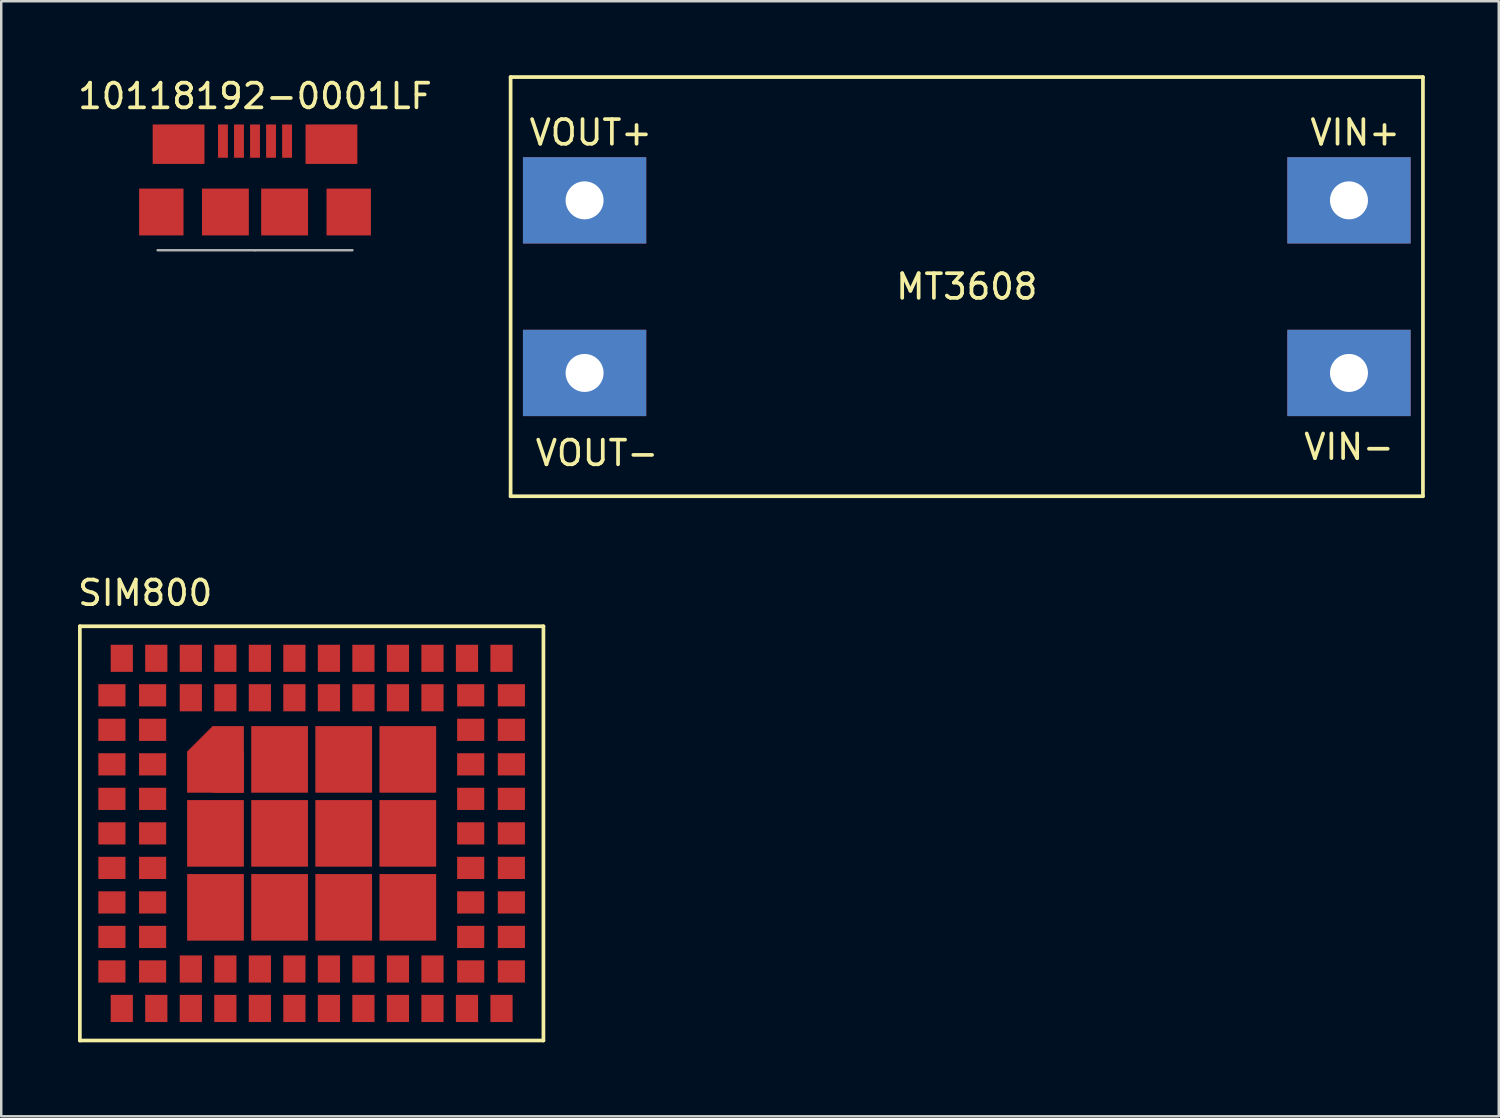
<source format=kicad_pcb>
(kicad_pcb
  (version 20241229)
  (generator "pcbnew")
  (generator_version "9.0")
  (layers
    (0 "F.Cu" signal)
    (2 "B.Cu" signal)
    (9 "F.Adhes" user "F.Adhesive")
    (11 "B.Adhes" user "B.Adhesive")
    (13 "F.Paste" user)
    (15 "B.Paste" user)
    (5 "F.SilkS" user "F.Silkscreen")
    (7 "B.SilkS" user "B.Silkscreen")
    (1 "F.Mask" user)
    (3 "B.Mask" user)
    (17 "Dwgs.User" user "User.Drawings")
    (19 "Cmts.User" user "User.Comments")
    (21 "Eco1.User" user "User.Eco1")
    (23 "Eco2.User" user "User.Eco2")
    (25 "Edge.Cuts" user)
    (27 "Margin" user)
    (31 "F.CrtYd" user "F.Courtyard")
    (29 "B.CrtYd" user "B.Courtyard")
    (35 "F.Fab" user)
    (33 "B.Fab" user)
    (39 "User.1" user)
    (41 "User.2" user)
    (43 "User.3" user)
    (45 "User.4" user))
  (footprint "SIM800"
    (layer "F.Cu")
    (at 9.589 30.748)
    (property "Reference" "SIM800" (at -6.75 -9.75 0) (layer "F.SilkS") (effects (font (size 1 1) (thickness 0.15))))
    (attr smd)
    (fp_line (start -9.4 -8.4) (end 9.4 -8.4) (stroke (width 0.15) (type solid)) (layer "F.SilkS"))
    (fp_line (start -9.4 8.4) (end -9.4 -8.4) (stroke (width 0.15) (type solid)) (layer "F.SilkS"))
    (fp_line (start 9.4 -8.4) (end 9.4 8.4) (stroke (width 0.15) (type solid)) (layer "F.SilkS"))
    (fp_line (start 9.4 8.4) (end -9.4 8.4) (stroke (width 0.15) (type solid)) (layer "F.SilkS"))
    (pad "1" smd rect (at -8.1 -5.6) (size 1.1 0.9) (layers "F.Cu" "F.Mask" "F.Paste"))
    (pad "2" smd rect (at -8.1 -4.2) (size 1.1 0.9) (layers "F.Cu" "F.Mask" "F.Paste"))
    (pad "3" smd rect (at -8.1 -2.8) (size 1.1 0.9) (layers "F.Cu" "F.Mask" "F.Paste"))
    (pad "4" smd rect (at -8.1 -1.4) (size 1.1 0.9) (layers "F.Cu" "F.Mask" "F.Paste"))
    (pad "5" smd rect (at -8.1 0) (size 1.1 0.9) (layers "F.Cu" "F.Mask" "F.Paste"))
    (pad "6" smd rect (at -8.1 1.4) (size 1.1 0.9) (layers "F.Cu" "F.Mask" "F.Paste"))
    (pad "7" smd rect (at -8.1 2.8) (size 1.1 0.9) (layers "F.Cu" "F.Mask" "F.Paste"))
    (pad "8" smd rect (at -8.1 4.2) (size 1.1 0.9) (layers "F.Cu" "F.Mask" "F.Paste"))
    (pad "9" smd rect (at -8.1 5.6) (size 1.1 0.9) (layers "F.Cu" "F.Mask" "F.Paste"))
    (pad "10" smd rect (at -7.7 7.1) (size 0.9 1.1) (layers "F.Cu" "F.Mask" "F.Paste"))
    (pad "11" smd rect (at -6.3 7.1) (size 0.9 1.1) (layers "F.Cu" "F.Mask" "F.Paste"))
    (pad "12" smd rect (at -4.9 7.1) (size 0.9 1.1) (layers "F.Cu" "F.Mask" "F.Paste"))
    (pad "13" smd rect (at -3.5 7.1) (size 0.9 1.1) (layers "F.Cu" "F.Mask" "F.Paste"))
    (pad "14" smd rect (at -2.1 7.1) (size 0.9 1.1) (layers "F.Cu" "F.Mask" "F.Paste"))
    (pad "15" smd rect (at -0.7 7.1) (size 0.9 1.1) (layers "F.Cu" "F.Mask" "F.Paste"))
    (pad "16" smd rect (at 0.7 7.1) (size 0.9 1.1) (layers "F.Cu" "F.Mask" "F.Paste"))
    (pad "17" smd rect (at 2.1 7.1) (size 0.9 1.1) (layers "F.Cu" "F.Mask" "F.Paste"))
    (pad "18" smd rect (at 3.5 7.1) (size 0.9 1.1) (layers "F.Cu" "F.Mask" "F.Paste"))
    (pad "19" smd rect (at 4.9 7.1) (size 0.9 1.1) (layers "F.Cu" "F.Mask" "F.Paste"))
    (pad "20" smd rect (at 6.3 7.1) (size 0.9 1.1) (layers "F.Cu" "F.Mask" "F.Paste"))
    (pad "21" smd rect (at 7.7 7.1) (size 0.9 1.1) (layers "F.Cu" "F.Mask" "F.Paste"))
    (pad "22" smd rect (at 8.1 5.6) (size 1.1 0.9) (layers "F.Cu" "F.Mask" "F.Paste"))
    (pad "23" smd rect (at 8.1 4.2) (size 1.1 0.9) (layers "F.Cu" "F.Mask" "F.Paste"))
    (pad "24" smd rect (at 8.1 2.8) (size 1.1 0.9) (layers "F.Cu" "F.Mask" "F.Paste"))
    (pad "25" smd rect (at 8.1 1.4) (size 1.1 0.9) (layers "F.Cu" "F.Mask" "F.Paste"))
    (pad "26" smd rect (at 8.1 0) (size 1.1 0.9) (layers "F.Cu" "F.Mask" "F.Paste"))
    (pad "27" smd rect (at 8.1 -1.4) (size 1.1 0.9) (layers "F.Cu" "F.Mask" "F.Paste"))
    (pad "28" smd rect (at 8.1 -2.8) (size 1.1 0.9) (layers "F.Cu" "F.Mask" "F.Paste"))
    (pad "29" smd rect (at 8.1 -4.2) (size 1.1 0.9) (layers "F.Cu" "F.Mask" "F.Paste"))
    (pad "30" smd rect (at 8.1 -5.6) (size 1.1 0.9) (layers "F.Cu" "F.Mask" "F.Paste"))
    (pad "31" smd rect (at 7.7 -7.1) (size 0.9 1.1) (layers "F.Cu" "F.Mask" "F.Paste"))
    (pad "32" smd rect (at 6.3 -7.1) (size 0.9 1.1) (layers "F.Cu" "F.Mask" "F.Paste"))
    (pad "33" smd rect (at 4.9 -7.1) (size 0.9 1.1) (layers "F.Cu" "F.Mask" "F.Paste"))
    (pad "34" smd rect (at 3.5 -7.1) (size 0.9 1.1) (layers "F.Cu" "F.Mask" "F.Paste"))
    (pad "35" smd rect (at 2.1 -7.1) (size 0.9 1.1) (layers "F.Cu" "F.Mask" "F.Paste"))
    (pad "36" smd rect (at 0.7 -7.1) (size 0.9 1.1) (layers "F.Cu" "F.Mask" "F.Paste"))
    (pad "37" smd rect (at -0.7 -7.1) (size 0.9 1.1) (layers "F.Cu" "F.Mask" "F.Paste"))
    (pad "38" smd rect (at -2.1 -7.1) (size 0.9 1.1) (layers "F.Cu" "F.Mask" "F.Paste"))
    (pad "39" smd rect (at -3.5 -7.1) (size 0.9 1.1) (layers "F.Cu" "F.Mask" "F.Paste"))
    (pad "40" smd rect (at -4.9 -7.1) (size 0.9 1.1) (layers "F.Cu" "F.Mask" "F.Paste"))
    (pad "41" smd rect (at -6.3 -7.1) (size 0.9 1.1) (layers "F.Cu" "F.Mask" "F.Paste"))
    (pad "42" smd rect (at -7.7 -7.1) (size 0.9 1.1) (layers "F.Cu" "F.Mask" "F.Paste"))
    (pad "43" smd rect (at -6.45 -5.6) (size 1.1 0.9) (layers "F.Cu" "F.Mask" "F.Paste"))
    (pad "44" smd rect (at -6.45 -4.2) (size 1.1 0.9) (layers "F.Cu" "F.Mask" "F.Paste"))
    (pad "45" smd rect (at -6.45 -2.8) (size 1.1 0.9) (layers "F.Cu" "F.Mask" "F.Paste"))
    (pad "46" smd rect (at -6.45 -1.4) (size 1.1 0.9) (layers "F.Cu" "F.Mask" "F.Paste"))
    (pad "47" smd rect (at -6.45 0) (size 1.1 0.9) (layers "F.Cu" "F.Mask" "F.Paste"))
    (pad "48" smd rect (at -6.45 1.4) (size 1.1 0.9) (layers "F.Cu" "F.Mask" "F.Paste"))
    (pad "49" smd rect (at -6.45 2.8) (size 1.1 0.9) (layers "F.Cu" "F.Mask" "F.Paste"))
    (pad "50" smd rect (at -6.45 4.2) (size 1.1 0.9) (layers "F.Cu" "F.Mask" "F.Paste"))
    (pad "51" smd rect (at -6.45 5.6) (size 1.1 0.9) (layers "F.Cu" "F.Mask" "F.Paste"))
    (pad "52" smd rect (at -4.9 5.5) (size 0.9 1.1) (layers "F.Cu" "F.Mask" "F.Paste"))
    (pad "53" smd rect (at -3.5 5.5) (size 0.9 1.1) (layers "F.Cu" "F.Mask" "F.Paste"))
    (pad "54" smd rect (at -2.1 5.5) (size 0.9 1.1) (layers "F.Cu" "F.Mask" "F.Paste"))
    (pad "55" smd rect (at -0.7 5.5) (size 0.9 1.1) (layers "F.Cu" "F.Mask" "F.Paste"))
    (pad "56" smd rect (at 0.7 5.5) (size 0.9 1.1) (layers "F.Cu" "F.Mask" "F.Paste"))
    (pad "57" smd rect (at 2.1 5.5) (size 0.9 1.1) (layers "F.Cu" "F.Mask" "F.Paste"))
    (pad "58" smd rect (at 3.5 5.5) (size 0.9 1.1) (layers "F.Cu" "F.Mask" "F.Paste"))
    (pad "59" smd rect (at 4.9 5.5) (size 0.9 1.1) (layers "F.Cu" "F.Mask" "F.Paste"))
    (pad "60" smd rect (at 6.45 5.6) (size 1.1 0.9) (layers "F.Cu" "F.Mask" "F.Paste"))
    (pad "61" smd rect (at 6.45 4.2) (size 1.1 0.9) (layers "F.Cu" "F.Mask" "F.Paste"))
    (pad "62" smd rect (at 6.45 2.8) (size 1.1 0.9) (layers "F.Cu" "F.Mask" "F.Paste"))
    (pad "63" smd rect (at 6.45 1.4) (size 1.1 0.9) (layers "F.Cu" "F.Mask" "F.Paste"))
    (pad "64" smd rect (at 6.45 0) (size 1.1 0.9) (layers "F.Cu" "F.Mask" "F.Paste"))
    (pad "65" smd rect (at 6.45 -1.4) (size 1.1 0.9) (layers "F.Cu" "F.Mask" "F.Paste"))
    (pad "66" smd rect (at 6.45 -2.8) (size 1.1 0.9) (layers "F.Cu" "F.Mask" "F.Paste"))
    (pad "67" smd rect (at 6.45 -4.2) (size 1.1 0.9) (layers "F.Cu" "F.Mask" "F.Paste"))
    (pad "68" smd rect (at 6.45 -5.6) (size 1.1 0.9) (layers "F.Cu" "F.Mask" "F.Paste"))
    (pad "69" smd rect (at 4.9 -5.5) (size 0.9 1.1) (layers "F.Cu" "F.Mask" "F.Paste"))
    (pad "70" smd rect (at 3.5 -5.5) (size 0.9 1.1) (layers "F.Cu" "F.Mask" "F.Paste"))
    (pad "71" smd rect (at 2.1 -5.5) (size 0.9 1.1) (layers "F.Cu" "F.Mask" "F.Paste"))
    (pad "72" smd rect (at 0.7 -5.5) (size 0.9 1.1) (layers "F.Cu" "F.Mask" "F.Paste"))
    (pad "73" smd rect (at -0.7 -5.5) (size 0.9 1.1) (layers "F.Cu" "F.Mask" "F.Paste"))
    (pad "74" smd rect (at -2.1 -5.5) (size 0.9 1.1) (layers "F.Cu" "F.Mask" "F.Paste"))
    (pad "75" smd rect (at -3.5 -5.5) (size 0.9 1.1) (layers "F.Cu" "F.Mask" "F.Paste"))
    (pad "76" smd rect (at -4.9 -5.5) (size 0.9 1.1) (layers "F.Cu" "F.Mask" "F.Paste"))
    (pad "77" smd trapezoid (at -4.02 -3.32 45) (size 1.46 1.45) (layers "F.Cu" "F.Mask" "F.Paste"))
    (pad "77" smd trapezoid (at -3.9 -3) (size 1.27 2.7) (drill (offset 0.515 0)) (layers "F.Cu" "F.Mask" "F.Paste"))
    (pad "77" smd trapezoid (at -3.9 -3) (size 2.3 1.67) (drill (offset 0 0.515)) (layers "F.Cu" "F.Mask" "F.Paste"))
    (pad "78" smd rect (at -3.9 0) (size 2.3 2.7) (layers "F.Cu" "F.Mask" "F.Paste"))
    (pad "79" smd rect (at -3.9 3) (size 2.3 2.7) (layers "F.Cu" "F.Mask" "F.Paste"))
    (pad "80" smd rect (at -1.3 3) (size 2.3 2.7) (layers "F.Cu" "F.Mask" "F.Paste"))
    (pad "81" smd rect (at 1.3 3) (size 2.3 2.7) (layers "F.Cu" "F.Mask" "F.Paste"))
    (pad "82" smd rect (at 3.9 3) (size 2.3 2.7) (layers "F.Cu" "F.Mask" "F.Paste"))
    (pad "83" smd rect (at 3.9 0) (size 2.3 2.7) (layers "F.Cu" "F.Mask" "F.Paste"))
    (pad "84" smd rect (at 3.9 -3) (size 2.3 2.7) (layers "F.Cu" "F.Mask" "F.Paste"))
    (pad "85" smd rect (at 1.3 -3) (size 2.3 2.7) (layers "F.Cu" "F.Mask" "F.Paste"))
    (pad "86" smd rect (at -1.3 -3) (size 2.3 2.7) (layers "F.Cu" "F.Mask" "F.Paste"))
    (pad "87" smd rect (at -1.3 0) (size 2.3 2.7) (layers "F.Cu" "F.Mask" "F.Paste"))
    (pad "88" smd rect (at 1.3 0) (size 2.3 2.7) (layers "F.Cu" "F.Mask" "F.Paste")))
  (footprint "10118192-0001LF"
    (layer "F.Cu")
    (at 7.292 5.548)
    (property "Reference" "10118192-0001LF" (at 0 -4.7 0) (layer "F.SilkS") (effects (font (size 1 1) (thickness 0.15))))
    (attr smd)
    (fp_line (start 0 1.55) (end -3.95 1.55) (stroke (width 0.1) (type solid)) (layer "F.Fab"))
    (fp_line (start 0 1.55) (end 3.95 1.55) (stroke (width 0.1) (type solid)) (layer "F.Fab"))
    (pad "1" smd rect (at -1.3 -2.875) (size 0.4 1.35) (layers "F.Cu" "F.Mask" "F.Paste"))
    (pad "2" smd rect (at -0.65 -2.875) (size 0.4 1.35) (layers "F.Cu" "F.Mask" "F.Paste"))
    (pad "3" smd rect (at 0 -2.875) (size 0.4 1.35) (layers "F.Cu" "F.Mask" "F.Paste"))
    (pad "4" smd rect (at 0.65 -2.875) (size 0.4 1.35) (layers "F.Cu" "F.Mask" "F.Paste"))
    (pad "5" smd rect (at 1.3 -2.875) (size 0.4 1.35) (layers "F.Cu" "F.Mask" "F.Paste"))
    (pad "6" smd rect (at 3.1 -2.75) (size 2.1 1.6) (layers "F.Cu" "F.Mask" "F.Paste"))
    (pad "7" smd rect (at 3.8 0) (size 1.8 1.9) (layers "F.Cu" "F.Mask" "F.Paste"))
    (pad "8" smd rect (at 1.2 0) (size 1.9 1.9) (layers "F.Cu" "F.Mask" "F.Paste"))
    (pad "9" smd rect (at -1.2 0) (size 1.9 1.9) (layers "F.Cu" "F.Mask" "F.Paste"))
    (pad "10" smd rect (at -3.8 0) (size 1.8 1.9) (layers "F.Cu" "F.Mask" "F.Paste"))
    (pad "11" smd rect (at -3.1 -2.75) (size 2.1 1.6) (layers "F.Cu" "F.Mask" "F.Paste")))
  (footprint "MT3608"
    (layer "F.Cu")
    (at 36.158 8.575)
    (property "Reference" "MT3608" (at 0 0 0) (layer "F.SilkS") (effects (font (size 1 1) (thickness 0.15))))
    (attr through_hole)
    (fp_line (start -18.5 -8.5) (end 18.5 -8.5) (stroke (width 0.15) (type solid)) (layer "F.SilkS"))
    (fp_line (start -18.5 8.5) (end -18.5 -8.5) (stroke (width 0.15) (type solid)) (layer "F.SilkS"))
    (fp_line (start 18.5 -8.5) (end 18.5 8.5) (stroke (width 0.15) (type solid)) (layer "F.SilkS"))
    (fp_line (start 18.5 8.5) (end -18.5 8.5) (stroke (width 0.15) (type solid)) (layer "F.SilkS"))
    (fp_text user "VIN-" (at 15.5 6.5 0) (layer "F.SilkS") (effects (font (size 1 1) (thickness 0.15))))
    (fp_text user "VIN+" (at 15.75 -6.25 0) (layer "F.SilkS") (effects (font (size 1 1) (thickness 0.15))))
    (fp_text user "VOUT-" (at -15 6.75 0) (layer "F.SilkS") (effects (font (size 1 1) (thickness 0.15))))
    (fp_text user "VOUT+" (at -15.25 -6.25 0) (layer "F.SilkS") (effects (font (size 1 1) (thickness 0.15))))
    (pad "1" thru_hole rect (at 15.5 -3.5) (size 5 3.5) (drill 1.54) (layers "*.Cu" "*.Mask"))
    (pad "2" thru_hole rect (at 15.5 3.5) (size 5 3.5) (drill 1.54) (layers "*.Cu" "*.Mask"))
    (pad "3" thru_hole rect (at -15.5 -3.5) (size 5 3.5) (drill 1.54) (layers "*.Cu" "*.Mask"))
    (pad "4" thru_hole rect (at -15.5 3.5) (size 5 3.5) (drill 1.54) (layers "*.Cu" "*.Mask")))
  (gr_rect
    (start -3 -3)
    (end 57.733 42.223)
    (stroke (width 0.1) (type default))
    (fill no)
    (layer "Edge.Cuts")))
</source>
